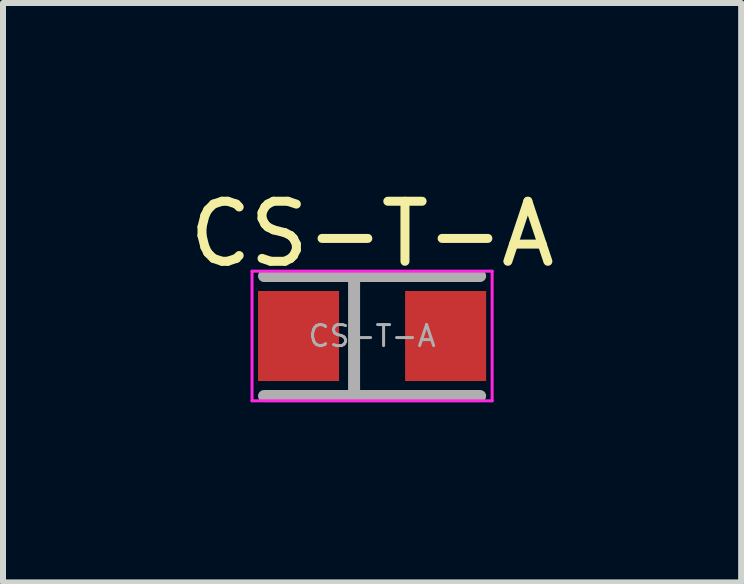
<source format=kicad_pcb>
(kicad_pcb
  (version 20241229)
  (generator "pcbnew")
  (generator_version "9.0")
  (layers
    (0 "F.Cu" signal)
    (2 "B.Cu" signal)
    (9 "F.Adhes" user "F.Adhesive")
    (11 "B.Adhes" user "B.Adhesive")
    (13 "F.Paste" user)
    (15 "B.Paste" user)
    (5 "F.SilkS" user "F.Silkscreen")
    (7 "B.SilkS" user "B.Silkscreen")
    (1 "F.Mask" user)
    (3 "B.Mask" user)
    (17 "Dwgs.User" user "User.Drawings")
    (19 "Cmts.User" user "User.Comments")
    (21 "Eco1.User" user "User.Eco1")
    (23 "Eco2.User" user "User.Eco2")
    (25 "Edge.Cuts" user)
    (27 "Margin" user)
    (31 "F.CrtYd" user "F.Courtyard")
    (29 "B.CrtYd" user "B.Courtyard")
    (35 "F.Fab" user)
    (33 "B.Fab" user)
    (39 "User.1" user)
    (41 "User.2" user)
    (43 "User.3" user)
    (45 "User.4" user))
  (footprint "CS-T-A"
    (layer "F.Cu")
    (at 3.149 2.548)
    (property "Reference" "CS-T-A" (at 0 -1.7 0) (layer "F.SilkS") (effects (font (size 1 1) (thickness 0.15))))
    (attr smd)
    (fp_line (start -2 -1.08) (end 2 -1.08) (stroke (width 0.05) (type solid)) (layer "F.CrtYd"))
    (fp_line (start -2 1.08) (end -2 -1.08) (stroke (width 0.05) (type solid)) (layer "F.CrtYd"))
    (fp_line (start 2 -1.08) (end 2 1.08) (stroke (width 0.05) (type solid)) (layer "F.CrtYd"))
    (fp_line (start 2 1.08) (end -2 1.08) (stroke (width 0.05) (type solid)) (layer "F.CrtYd"))
    (fp_line (start -1.8 -1) (end 1.8 -1) (stroke (width 0.2) (type solid)) (layer "F.Fab"))
    (fp_line (start -0.3 1) (end -0.3 -1) (stroke (width 0.2) (type solid)) (layer "F.Fab"))
    (fp_line (start 1.8 1) (end -1.8 1) (stroke (width 0.2) (type solid)) (layer "F.Fab"))
    (fp_text user "${REFERENCE}" (at 0 0 0) (layer "F.Fab") (effects (font (size 0.35 0.35) (thickness 0.05))))
    (pad "1" smd rect (at -1.225 0) (size 1.35 1.5) (layers "F.Cu" "F.Mask" "F.Paste"))
    (pad "2" smd rect (at 1.225 0) (size 1.35 1.5) (layers "F.Cu" "F.Mask" "F.Paste")))
  (gr_rect
    (start -3 -3)
    (end 9.298 6.653)
    (stroke (width 0.1) (type default))
    (fill no)
    (layer "Edge.Cuts")))
</source>
